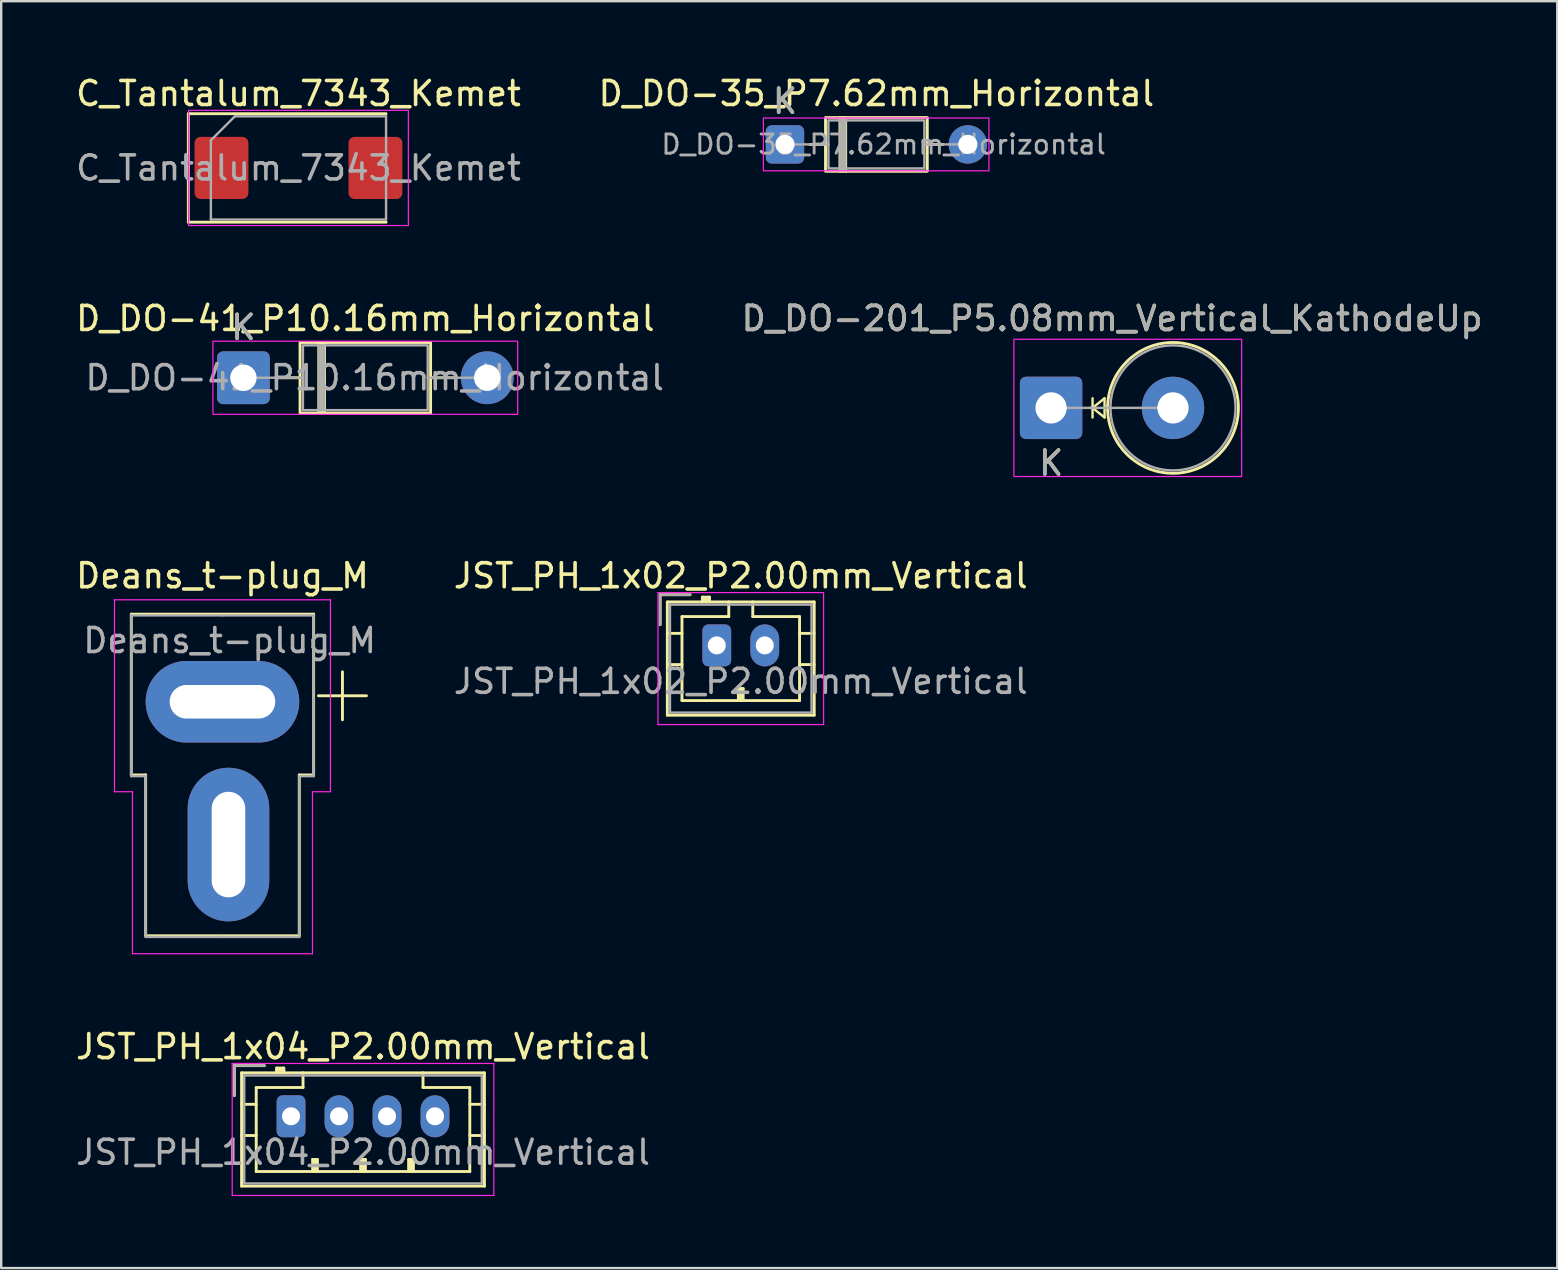
<source format=kicad_pcb>
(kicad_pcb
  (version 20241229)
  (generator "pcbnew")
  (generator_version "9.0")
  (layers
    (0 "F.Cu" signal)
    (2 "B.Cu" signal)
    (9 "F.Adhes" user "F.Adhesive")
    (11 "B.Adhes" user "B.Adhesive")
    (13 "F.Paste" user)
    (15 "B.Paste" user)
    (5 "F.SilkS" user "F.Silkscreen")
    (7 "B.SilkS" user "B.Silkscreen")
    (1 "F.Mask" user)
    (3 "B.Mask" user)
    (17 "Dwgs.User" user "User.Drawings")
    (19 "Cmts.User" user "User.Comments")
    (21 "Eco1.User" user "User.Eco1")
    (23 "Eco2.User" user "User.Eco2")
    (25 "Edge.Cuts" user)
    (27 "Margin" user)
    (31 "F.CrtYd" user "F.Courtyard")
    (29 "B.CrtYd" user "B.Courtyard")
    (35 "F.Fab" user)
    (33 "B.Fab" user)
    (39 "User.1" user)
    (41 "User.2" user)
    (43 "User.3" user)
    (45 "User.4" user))
  (footprint "Deans_t-plug_M"
    (layer "F.Cu")
    (at 6.47 32.143)
    (property "Reference" "Deans_t-plug_M" (at -0.25 -11.2 0) (layer "F.SilkS") (effects (font (size 1 1) (thickness 0.15))))
    (attr through_hole)
    (fp_line (start -4.05 -9.6) (end -4.05 -2.9) (stroke (width 0.12) (type solid)) (layer "F.SilkS"))
    (fp_line (start -3.45 -2.9) (end -4.05 -2.9) (stroke (width 0.12) (type solid)) (layer "F.SilkS"))
    (fp_line (start -3.45 -2.9) (end -3.45 3.8) (stroke (width 0.12) (type solid)) (layer "F.SilkS"))
    (fp_line (start -3.45 3.8) (end 2.95 3.8) (stroke (width 0.12) (type solid)) (layer "F.SilkS"))
    (fp_line (start 2.95 -2.9) (end 3.55 -2.9) (stroke (width 0.12) (type solid)) (layer "F.SilkS"))
    (fp_line (start 2.95 3.8) (end 2.95 -2.9) (stroke (width 0.12) (type solid)) (layer "F.SilkS"))
    (fp_line (start 3.55 -9.6) (end -4.05 -9.6) (stroke (width 0.12) (type solid)) (layer "F.SilkS"))
    (fp_line (start 3.55 -2.9) (end 3.55 -9.6) (stroke (width 0.12) (type solid)) (layer "F.SilkS"))
    (fp_line (start 3.75 -6.2) (end 5.75 -6.2) (stroke (width 0.12) (type solid)) (layer "F.SilkS"))
    (fp_line (start 4.75 -7.2) (end 4.75 -5.2) (stroke (width 0.12) (type solid)) (layer "F.SilkS"))
    (fp_line (start -4.75 -10.2) (end -4.75 -2.2) (stroke (width 0.05) (type solid)) (layer "F.CrtYd"))
    (fp_line (start -4.75 -2.2) (end -4 -2.2) (stroke (width 0.05) (type solid)) (layer "F.CrtYd"))
    (fp_line (start -4 -2.2) (end -4 4.55) (stroke (width 0.05) (type solid)) (layer "F.CrtYd"))
    (fp_line (start -4 4.55) (end 3.5 4.55) (stroke (width 0.05) (type solid)) (layer "F.CrtYd"))
    (fp_line (start 3.5 -2.2) (end 4.25 -2.2) (stroke (width 0.05) (type solid)) (layer "F.CrtYd"))
    (fp_line (start 3.5 4.55) (end 3.5 -2.2) (stroke (width 0.05) (type solid)) (layer "F.CrtYd"))
    (fp_line (start 4.25 -10.2) (end -4.75 -10.2) (stroke (width 0.05) (type solid)) (layer "F.CrtYd"))
    (fp_line (start 4.25 -2.2) (end 4.25 -10.2) (stroke (width 0.05) (type solid)) (layer "F.CrtYd"))
    (fp_line (start -4.05 -9.55) (end -0.25 -9.55) (stroke (width 0.1) (type solid)) (layer "F.Fab"))
    (fp_line (start -4.05 -2.85) (end -4.05 -9.55) (stroke (width 0.1) (type solid)) (layer "F.Fab"))
    (fp_line (start -3.45 -2.85) (end -4.05 -2.85) (stroke (width 0.1) (type solid)) (layer "F.Fab"))
    (fp_line (start -3.45 3.85) (end -3.45 -2.85) (stroke (width 0.1) (type solid)) (layer "F.Fab"))
    (fp_line (start -0.25 3.85) (end -3.45 3.85) (stroke (width 0.1) (type solid)) (layer "F.Fab"))
    (fp_line (start -0.25 3.85) (end 2.95 3.85) (stroke (width 0.1) (type solid)) (layer "F.Fab"))
    (fp_line (start 2.95 -2.85) (end 3.55 -2.85) (stroke (width 0.1) (type solid)) (layer "F.Fab"))
    (fp_line (start 2.95 3.85) (end 2.95 -2.85) (stroke (width 0.1) (type solid)) (layer "F.Fab"))
    (fp_line (start 3.55 -9.55) (end -0.25 -9.55) (stroke (width 0.1) (type solid)) (layer "F.Fab"))
    (fp_line (start 3.55 -2.85) (end 3.55 -9.55) (stroke (width 0.1) (type solid)) (layer "F.Fab"))
    (fp_text user "${REFERENCE}" (at 0.05 -8.5 0) (layer "F.Fab") (effects (font (size 1 1) (thickness 0.15))))
    (pad "1" thru_hole oval (at 0 0) (size 3.4 6.4) (drill oval 1.4 4.4) (layers "*.Cu" "*.Mask"))
    (pad "2" thru_hole oval (at -0.25 -5.95) (size 6.4 3.4) (drill oval 4.4 1.4) (layers "*.Cu" "*.Mask")))
  (footprint "JST_PH_1x04_P2.00mm_Vertical"
    (layer "F.Cu")
    (at 9.077 43.466)
    (property "Reference" "JST_PH_1x04_P2.00mm_Vertical" (at 3 -2.9 0) (layer "F.SilkS") (effects (font (size 1 1) (thickness 0.15))))
    (attr through_hole)
    (fp_line (start -2.36 -2.11) (end -2.36 -0.86) (stroke (width 0.12) (type solid)) (layer "F.SilkS"))
    (fp_line (start -2.06 -1.81) (end -2.06 2.91) (stroke (width 0.12) (type solid)) (layer "F.SilkS"))
    (fp_line (start -2.06 -0.5) (end -1.45 -0.5) (stroke (width 0.12) (type solid)) (layer "F.SilkS"))
    (fp_line (start -2.06 0.8) (end -1.45 0.8) (stroke (width 0.12) (type solid)) (layer "F.SilkS"))
    (fp_line (start -2.06 2.91) (end 8.06 2.91) (stroke (width 0.12) (type solid)) (layer "F.SilkS"))
    (fp_line (start -1.45 -1.2) (end -1.45 2.3) (stroke (width 0.12) (type solid)) (layer "F.SilkS"))
    (fp_line (start -1.45 2.3) (end 7.45 2.3) (stroke (width 0.12) (type solid)) (layer "F.SilkS"))
    (fp_line (start -1.11 -2.11) (end -2.36 -2.11) (stroke (width 0.12) (type solid)) (layer "F.SilkS"))
    (fp_line (start -0.6 -2.01) (end -0.6 -1.81) (stroke (width 0.12) (type solid)) (layer "F.SilkS"))
    (fp_line (start -0.3 -2.01) (end -0.6 -2.01) (stroke (width 0.12) (type solid)) (layer "F.SilkS"))
    (fp_line (start -0.3 -1.91) (end -0.6 -1.91) (stroke (width 0.12) (type solid)) (layer "F.SilkS"))
    (fp_line (start -0.3 -1.81) (end -0.3 -2.01) (stroke (width 0.12) (type solid)) (layer "F.SilkS"))
    (fp_line (start 0.5 -1.81) (end 0.5 -1.2) (stroke (width 0.12) (type solid)) (layer "F.SilkS"))
    (fp_line (start 0.5 -1.2) (end -1.45 -1.2) (stroke (width 0.12) (type solid)) (layer "F.SilkS"))
    (fp_line (start 0.9 1.8) (end 1.1 1.8) (stroke (width 0.12) (type solid)) (layer "F.SilkS"))
    (fp_line (start 0.9 2.3) (end 0.9 1.8) (stroke (width 0.12) (type solid)) (layer "F.SilkS"))
    (fp_line (start 1 2.3) (end 1 1.8) (stroke (width 0.12) (type solid)) (layer "F.SilkS"))
    (fp_line (start 1.1 1.8) (end 1.1 2.3) (stroke (width 0.12) (type solid)) (layer "F.SilkS"))
    (fp_line (start 2.9 1.8) (end 3.1 1.8) (stroke (width 0.12) (type solid)) (layer "F.SilkS"))
    (fp_line (start 2.9 2.3) (end 2.9 1.8) (stroke (width 0.12) (type solid)) (layer "F.SilkS"))
    (fp_line (start 3 2.3) (end 3 1.8) (stroke (width 0.12) (type solid)) (layer "F.SilkS"))
    (fp_line (start 3.1 1.8) (end 3.1 2.3) (stroke (width 0.12) (type solid)) (layer "F.SilkS"))
    (fp_line (start 4.9 1.8) (end 5.1 1.8) (stroke (width 0.12) (type solid)) (layer "F.SilkS"))
    (fp_line (start 4.9 2.3) (end 4.9 1.8) (stroke (width 0.12) (type solid)) (layer "F.SilkS"))
    (fp_line (start 5 2.3) (end 5 1.8) (stroke (width 0.12) (type solid)) (layer "F.SilkS"))
    (fp_line (start 5.1 1.8) (end 5.1 2.3) (stroke (width 0.12) (type solid)) (layer "F.SilkS"))
    (fp_line (start 5.5 -1.2) (end 5.5 -1.81) (stroke (width 0.12) (type solid)) (layer "F.SilkS"))
    (fp_line (start 7.45 -1.2) (end 5.5 -1.2) (stroke (width 0.12) (type solid)) (layer "F.SilkS"))
    (fp_line (start 7.45 2.3) (end 7.45 -1.2) (stroke (width 0.12) (type solid)) (layer "F.SilkS"))
    (fp_line (start 8.06 -1.81) (end -2.06 -1.81) (stroke (width 0.12) (type solid)) (layer "F.SilkS"))
    (fp_line (start 8.06 -0.5) (end 7.45 -0.5) (stroke (width 0.12) (type solid)) (layer "F.SilkS"))
    (fp_line (start 8.06 0.8) (end 7.45 0.8) (stroke (width 0.12) (type solid)) (layer "F.SilkS"))
    (fp_line (start 8.06 2.91) (end 8.06 -1.81) (stroke (width 0.12) (type solid)) (layer "F.SilkS"))
    (fp_line (start -2.45 -2.2) (end -2.45 3.3) (stroke (width 0.05) (type solid)) (layer "F.CrtYd"))
    (fp_line (start -2.45 3.3) (end 8.45 3.3) (stroke (width 0.05) (type solid)) (layer "F.CrtYd"))
    (fp_line (start 8.45 -2.2) (end -2.45 -2.2) (stroke (width 0.05) (type solid)) (layer "F.CrtYd"))
    (fp_line (start 8.45 3.3) (end 8.45 -2.2) (stroke (width 0.05) (type solid)) (layer "F.CrtYd"))
    (fp_line (start -2.36 -2.11) (end -2.36 -0.86) (stroke (width 0.1) (type solid)) (layer "F.Fab"))
    (fp_line (start -1.95 -1.7) (end -1.95 2.8) (stroke (width 0.1) (type solid)) (layer "F.Fab"))
    (fp_line (start -1.95 2.8) (end 7.95 2.8) (stroke (width 0.1) (type solid)) (layer "F.Fab"))
    (fp_line (start -1.11 -2.11) (end -2.36 -2.11) (stroke (width 0.1) (type solid)) (layer "F.Fab"))
    (fp_line (start 7.95 -1.7) (end -1.95 -1.7) (stroke (width 0.1) (type solid)) (layer "F.Fab"))
    (fp_line (start 7.95 2.8) (end 7.95 -1.7) (stroke (width 0.1) (type solid)) (layer "F.Fab"))
    (fp_text user "${REFERENCE}" (at 3 1.5 0) (layer "F.Fab") (effects (font (size 1 1) (thickness 0.15))))
    (pad "1" thru_hole roundrect (at 0 0) (size 1.2 1.75) (drill 0.75) (layers "*.Cu" "*.Mask") (roundrect_rratio 0.208))
    (pad "2" thru_hole oval (at 2 0) (size 1.2 1.75) (drill 0.75) (layers "*.Cu" "*.Mask"))
    (pad "3" thru_hole oval (at 4 0) (size 1.2 1.75) (drill 0.75) (layers "*.Cu" "*.Mask"))
    (pad "4" thru_hole oval (at 6 0) (size 1.2 1.75) (drill 0.75) (layers "*.Cu" "*.Mask")))
  (footprint "C_Tantalum_7343_Kemet"
    (layer "F.Cu")
    (at 9.387 3.948)
    (property "Reference" "C_Tantalum_7343_Kemet" (at 0 -3.1 0) (layer "F.SilkS") (effects (font (size 1 1) (thickness 0.15))))
    (attr smd)
    (fp_line (start -4.59 -2.26) (end -4.59 2.26) (stroke (width 0.12) (type solid)) (layer "F.SilkS"))
    (fp_line (start -4.59 2.26) (end 3.65 2.26) (stroke (width 0.12) (type solid)) (layer "F.SilkS"))
    (fp_line (start 3.65 -2.26) (end -4.59 -2.26) (stroke (width 0.12) (type solid)) (layer "F.SilkS"))
    (fp_line (start -4.58 -2.4) (end 4.58 -2.4) (stroke (width 0.05) (type solid)) (layer "F.CrtYd"))
    (fp_line (start -4.58 2.4) (end -4.58 -2.4) (stroke (width 0.05) (type solid)) (layer "F.CrtYd"))
    (fp_line (start 4.58 -2.4) (end 4.58 2.4) (stroke (width 0.05) (type solid)) (layer "F.CrtYd"))
    (fp_line (start 4.58 2.4) (end -4.58 2.4) (stroke (width 0.05) (type solid)) (layer "F.CrtYd"))
    (fp_line (start -3.65 -1.15) (end -3.65 2.15) (stroke (width 0.1) (type solid)) (layer "F.Fab"))
    (fp_line (start -3.65 2.15) (end 3.65 2.15) (stroke (width 0.1) (type solid)) (layer "F.Fab"))
    (fp_line (start -2.65 -2.15) (end -3.65 -1.15) (stroke (width 0.1) (type solid)) (layer "F.Fab"))
    (fp_line (start 3.65 -2.15) (end -2.65 -2.15) (stroke (width 0.1) (type solid)) (layer "F.Fab"))
    (fp_line (start 3.65 2.15) (end 3.65 -2.15) (stroke (width 0.1) (type solid)) (layer "F.Fab"))
    (fp_text user "${REFERENCE}" (at 0 0 0) (layer "F.Fab") (effects (font (size 1 1) (thickness 0.15))))
    (pad "1" smd roundrect (at -3.208 0) (size 2.245 2.59) (layers "F.Cu" "F.Mask" "F.Paste") (roundrect_rratio 0.111))
    (pad "2" smd roundrect (at 3.208 0) (size 2.245 2.59) (layers "F.Cu" "F.Mask" "F.Paste") (roundrect_rratio 0.111)))
  (footprint "D_DO-201_P5.08mm_Vertical_KathodeUp"
    (layer "F.Cu")
    (at 40.749 13.947)
    (property "Reference" "D_DO-201_P5.08mm_Vertical_KathodeUp" (at 2.54 -3.725 0) (layer "F.SilkS") (effects (font (size 1 1) (thickness 0.15))))
    (attr through_hole)
    (fp_line (start 1.728 -0.4) (end 1.728 0.4) (stroke (width 0.1) (type default)) (layer "F.SilkS"))
    (fp_line (start 1.728 0) (end 1.627 0) (stroke (width 0.1) (type default)) (layer "F.SilkS"))
    (fp_line (start 1.728 0) (end 2.228 -0.4) (stroke (width 0.1) (type default)) (layer "F.SilkS"))
    (fp_line (start 2.228 -0.4) (end 2.228 0.4) (stroke (width 0.1) (type default)) (layer "F.SilkS"))
    (fp_line (start 2.228 0) (end 2.328 0) (stroke (width 0.1) (type default)) (layer "F.SilkS"))
    (fp_line (start 2.228 0.4) (end 1.728 0) (stroke (width 0.1) (type default)) (layer "F.SilkS"))
    (fp_circle (center 5.08 0) (end 7.805 0) (stroke (width 0.12) (type solid)) (fill no) (layer "F.SilkS"))
    (fp_rect (start -1.55 -2.86) (end 7.94 2.86) (stroke (width 0.05) (type solid)) (fill no) (layer "F.CrtYd"))
    (fp_line (start 0 0) (end 5.08 0) (stroke (width 0.1) (type solid)) (layer "F.Fab"))
    (fp_circle (center 5.08 0) (end 7.685 0) (stroke (width 0.1) (type solid)) (fill no) (layer "F.Fab"))
    (fp_text user "K" (at 0 2.3 0) (layer "F.SilkS") (effects (font (size 1 1) (thickness 0.15))))
    (fp_text user "K" (at 0 2.3 0) (layer "F.Fab") (effects (font (size 1 1) (thickness 0.15))))
    (fp_text user "${REFERENCE}" (at 2.54 -3.725 0) (layer "F.Fab") (effects (font (size 1 1) (thickness 0.15))))
    (pad "1" thru_hole roundrect (at 0 0) (size 2.6 2.6) (drill 1.3) (layers "*.Cu" "*.Mask") (roundrect_rratio 0.096))
    (pad "2" thru_hole circle (at 5.08 0) (size 2.6 2.6) (drill 1.3) (layers "*.Cu" "*.Mask")))
  (footprint "D_DO-41_P10.16mm_Horizontal"
    (layer "F.Cu")
    (at 7.093 12.691)
    (property "Reference" "D_DO-41_P10.16mm_Horizontal" (at 5.08 -2.47 0) (layer "F.SilkS") (effects (font (size 1 1) (thickness 0.15))))
    (attr through_hole)
    (fp_line (start 1.34 0) (end 2.36 0) (stroke (width 0.12) (type solid)) (layer "F.SilkS"))
    (fp_line (start 3.14 -1.47) (end 3.14 1.47) (stroke (width 0.12) (type solid)) (layer "F.SilkS"))
    (fp_line (start 3.26 -1.47) (end 3.26 1.47) (stroke (width 0.12) (type solid)) (layer "F.SilkS"))
    (fp_line (start 3.38 -1.47) (end 3.38 1.47) (stroke (width 0.12) (type solid)) (layer "F.SilkS"))
    (fp_line (start 8.82 0) (end 7.8 0) (stroke (width 0.12) (type solid)) (layer "F.SilkS"))
    (fp_rect (start 2.36 -1.47) (end 7.8 1.47) (stroke (width 0.12) (type solid)) (fill no) (layer "F.SilkS"))
    (fp_rect (start -1.27 -1.524) (end 11.43 1.524) (stroke (width 0.05) (type solid)) (fill no) (layer "F.CrtYd"))
    (fp_line (start 0 0) (end 2.48 0) (stroke (width 0.1) (type solid)) (layer "F.Fab"))
    (fp_line (start 3.16 -1.35) (end 3.16 1.35) (stroke (width 0.1) (type solid)) (layer "F.Fab"))
    (fp_line (start 3.26 -1.35) (end 3.26 1.35) (stroke (width 0.1) (type solid)) (layer "F.Fab"))
    (fp_line (start 3.36 -1.35) (end 3.36 1.35) (stroke (width 0.1) (type solid)) (layer "F.Fab"))
    (fp_line (start 10.16 0) (end 7.68 0) (stroke (width 0.1) (type solid)) (layer "F.Fab"))
    (fp_rect (start 2.48 -1.35) (end 7.68 1.35) (stroke (width 0.1) (type solid)) (fill no) (layer "F.Fab"))
    (fp_text user "K" (at 0 -2.1 0) (layer "F.SilkS") (effects (font (size 1 1) (thickness 0.15))))
    (fp_text user "K" (at 0 -2.1 0) (layer "F.Fab") (effects (font (size 1 1) (thickness 0.15))))
    (fp_text user "${REFERENCE}" (at 5.47 0 0) (layer "F.Fab") (effects (font (size 1 1) (thickness 0.15))))
    (pad "1" thru_hole roundrect (at 0 0) (size 2.2 2.2) (drill 1.1) (layers "*.Cu" "*.Mask") (roundrect_rratio 0.114))
    (pad "2" thru_hole circle (at 10.16 0) (size 2.2 2.2) (drill 1.1) (layers "*.Cu" "*.Mask")))
  (footprint "D_DO-35_P7.62mm_Horizontal"
    (layer "F.Cu")
    (at 29.66 2.968)
    (property "Reference" "D_DO-35_P7.62mm_Horizontal" (at 3.81 -2.12 0) (layer "F.SilkS") (effects (font (size 1 1) (thickness 0.15))))
    (attr through_hole)
    (fp_line (start 1.04 0) (end 1.69 0) (stroke (width 0.12) (type solid)) (layer "F.SilkS"))
    (fp_line (start 2.29 -1.12) (end 2.29 1.12) (stroke (width 0.12) (type solid)) (layer "F.SilkS"))
    (fp_line (start 2.41 -1.12) (end 2.41 1.12) (stroke (width 0.12) (type solid)) (layer "F.SilkS"))
    (fp_line (start 2.53 -1.12) (end 2.53 1.12) (stroke (width 0.12) (type solid)) (layer "F.SilkS"))
    (fp_line (start 6.58 0) (end 5.93 0) (stroke (width 0.12) (type solid)) (layer "F.SilkS"))
    (fp_rect (start 1.69 -1.12) (end 5.93 1.12) (stroke (width 0.12) (type solid)) (fill no) (layer "F.SilkS"))
    (fp_rect (start -0.9 -1.1) (end 8.5 1.1) (stroke (width 0.05) (type solid)) (fill no) (layer "F.CrtYd"))
    (fp_line (start 0 0) (end 1.81 0) (stroke (width 0.1) (type solid)) (layer "F.Fab"))
    (fp_line (start 2.31 -1) (end 2.31 1) (stroke (width 0.1) (type solid)) (layer "F.Fab"))
    (fp_line (start 2.41 -1) (end 2.41 1) (stroke (width 0.1) (type solid)) (layer "F.Fab"))
    (fp_line (start 2.51 -1) (end 2.51 1) (stroke (width 0.1) (type solid)) (layer "F.Fab"))
    (fp_line (start 7.62 0) (end 5.81 0) (stroke (width 0.1) (type solid)) (layer "F.Fab"))
    (fp_rect (start 1.81 -1) (end 5.81 1) (stroke (width 0.1) (type solid)) (fill no) (layer "F.Fab"))
    (fp_text user "K" (at 0 -1.8 0) (layer "F.SilkS") (effects (font (size 1 1) (thickness 0.15))))
    (fp_text user "K" (at 0 -1.8 0) (layer "F.Fab") (effects (font (size 1 1) (thickness 0.15))))
    (fp_text user "${REFERENCE}" (at 4.11 0 0) (layer "F.Fab") (effects (font (size 0.8 0.8) (thickness 0.12))))
    (pad "1" thru_hole roundrect (at 0 0) (size 1.6 1.6) (drill 0.8) (layers "*.Cu" "*.Mask") (roundrect_rratio 0.156))
    (pad "2" thru_hole circle (at 7.62 0) (size 1.6 1.6) (drill 0.8) (layers "*.Cu" "*.Mask")))
  (footprint "JST_PH_1x02_P2.00mm_Vertical"
    (layer "F.Cu")
    (at 26.818 23.843)
    (property "Reference" "JST_PH_1x02_P2.00mm_Vertical" (at 1 -2.9 0) (layer "F.SilkS") (effects (font (size 1 1) (thickness 0.15))))
    (attr through_hole)
    (fp_line (start -2.36 -2.11) (end -2.36 -0.86) (stroke (width 0.12) (type solid)) (layer "F.SilkS"))
    (fp_line (start -2.06 -1.81) (end -2.06 2.91) (stroke (width 0.12) (type solid)) (layer "F.SilkS"))
    (fp_line (start -2.06 -0.5) (end -1.45 -0.5) (stroke (width 0.12) (type solid)) (layer "F.SilkS"))
    (fp_line (start -2.06 0.8) (end -1.45 0.8) (stroke (width 0.12) (type solid)) (layer "F.SilkS"))
    (fp_line (start -2.06 2.91) (end 4.06 2.91) (stroke (width 0.12) (type solid)) (layer "F.SilkS"))
    (fp_line (start -1.45 -1.2) (end -1.45 2.3) (stroke (width 0.12) (type solid)) (layer "F.SilkS"))
    (fp_line (start -1.45 2.3) (end 3.45 2.3) (stroke (width 0.12) (type solid)) (layer "F.SilkS"))
    (fp_line (start -1.11 -2.11) (end -2.36 -2.11) (stroke (width 0.12) (type solid)) (layer "F.SilkS"))
    (fp_line (start -0.6 -2.01) (end -0.6 -1.81) (stroke (width 0.12) (type solid)) (layer "F.SilkS"))
    (fp_line (start -0.3 -2.01) (end -0.6 -2.01) (stroke (width 0.12) (type solid)) (layer "F.SilkS"))
    (fp_line (start -0.3 -1.91) (end -0.6 -1.91) (stroke (width 0.12) (type solid)) (layer "F.SilkS"))
    (fp_line (start -0.3 -1.81) (end -0.3 -2.01) (stroke (width 0.12) (type solid)) (layer "F.SilkS"))
    (fp_line (start 0.5 -1.81) (end 0.5 -1.2) (stroke (width 0.12) (type solid)) (layer "F.SilkS"))
    (fp_line (start 0.5 -1.2) (end -1.45 -1.2) (stroke (width 0.12) (type solid)) (layer "F.SilkS"))
    (fp_line (start 0.9 1.8) (end 1.1 1.8) (stroke (width 0.12) (type solid)) (layer "F.SilkS"))
    (fp_line (start 0.9 2.3) (end 0.9 1.8) (stroke (width 0.12) (type solid)) (layer "F.SilkS"))
    (fp_line (start 1 2.3) (end 1 1.8) (stroke (width 0.12) (type solid)) (layer "F.SilkS"))
    (fp_line (start 1.1 1.8) (end 1.1 2.3) (stroke (width 0.12) (type solid)) (layer "F.SilkS"))
    (fp_line (start 1.5 -1.2) (end 1.5 -1.81) (stroke (width 0.12) (type solid)) (layer "F.SilkS"))
    (fp_line (start 3.45 -1.2) (end 1.5 -1.2) (stroke (width 0.12) (type solid)) (layer "F.SilkS"))
    (fp_line (start 3.45 2.3) (end 3.45 -1.2) (stroke (width 0.12) (type solid)) (layer "F.SilkS"))
    (fp_line (start 4.06 -1.81) (end -2.06 -1.81) (stroke (width 0.12) (type solid)) (layer "F.SilkS"))
    (fp_line (start 4.06 -0.5) (end 3.45 -0.5) (stroke (width 0.12) (type solid)) (layer "F.SilkS"))
    (fp_line (start 4.06 0.8) (end 3.45 0.8) (stroke (width 0.12) (type solid)) (layer "F.SilkS"))
    (fp_line (start 4.06 2.91) (end 4.06 -1.81) (stroke (width 0.12) (type solid)) (layer "F.SilkS"))
    (fp_line (start -2.45 -2.2) (end -2.45 3.3) (stroke (width 0.05) (type solid)) (layer "F.CrtYd"))
    (fp_line (start -2.45 3.3) (end 4.45 3.3) (stroke (width 0.05) (type solid)) (layer "F.CrtYd"))
    (fp_line (start 4.45 -2.2) (end -2.45 -2.2) (stroke (width 0.05) (type solid)) (layer "F.CrtYd"))
    (fp_line (start 4.45 3.3) (end 4.45 -2.2) (stroke (width 0.05) (type solid)) (layer "F.CrtYd"))
    (fp_line (start -2.36 -2.11) (end -2.36 -0.86) (stroke (width 0.1) (type solid)) (layer "F.Fab"))
    (fp_line (start -1.95 -1.7) (end -1.95 2.8) (stroke (width 0.1) (type solid)) (layer "F.Fab"))
    (fp_line (start -1.95 2.8) (end 3.95 2.8) (stroke (width 0.1) (type solid)) (layer "F.Fab"))
    (fp_line (start -1.11 -2.11) (end -2.36 -2.11) (stroke (width 0.1) (type solid)) (layer "F.Fab"))
    (fp_line (start 3.95 -1.7) (end -1.95 -1.7) (stroke (width 0.1) (type solid)) (layer "F.Fab"))
    (fp_line (start 3.95 2.8) (end 3.95 -1.7) (stroke (width 0.1) (type solid)) (layer "F.Fab"))
    (fp_text user "${REFERENCE}" (at 1 1.5 0) (layer "F.Fab") (effects (font (size 1 1) (thickness 0.15))))
    (pad "1" thru_hole roundrect (at 0 0) (size 1.2 1.75) (drill 0.75) (layers "*.Cu" "*.Mask") (roundrect_rratio 0.208))
    (pad "2" thru_hole oval (at 2 0) (size 1.2 1.75) (drill 0.75) (layers "*.Cu" "*.Mask")))
  (gr_rect
    (start -3 -3)
    (end 61.842 49.791)
    (stroke (width 0.1) (type default))
    (fill no)
    (layer "Edge.Cuts")))
</source>
